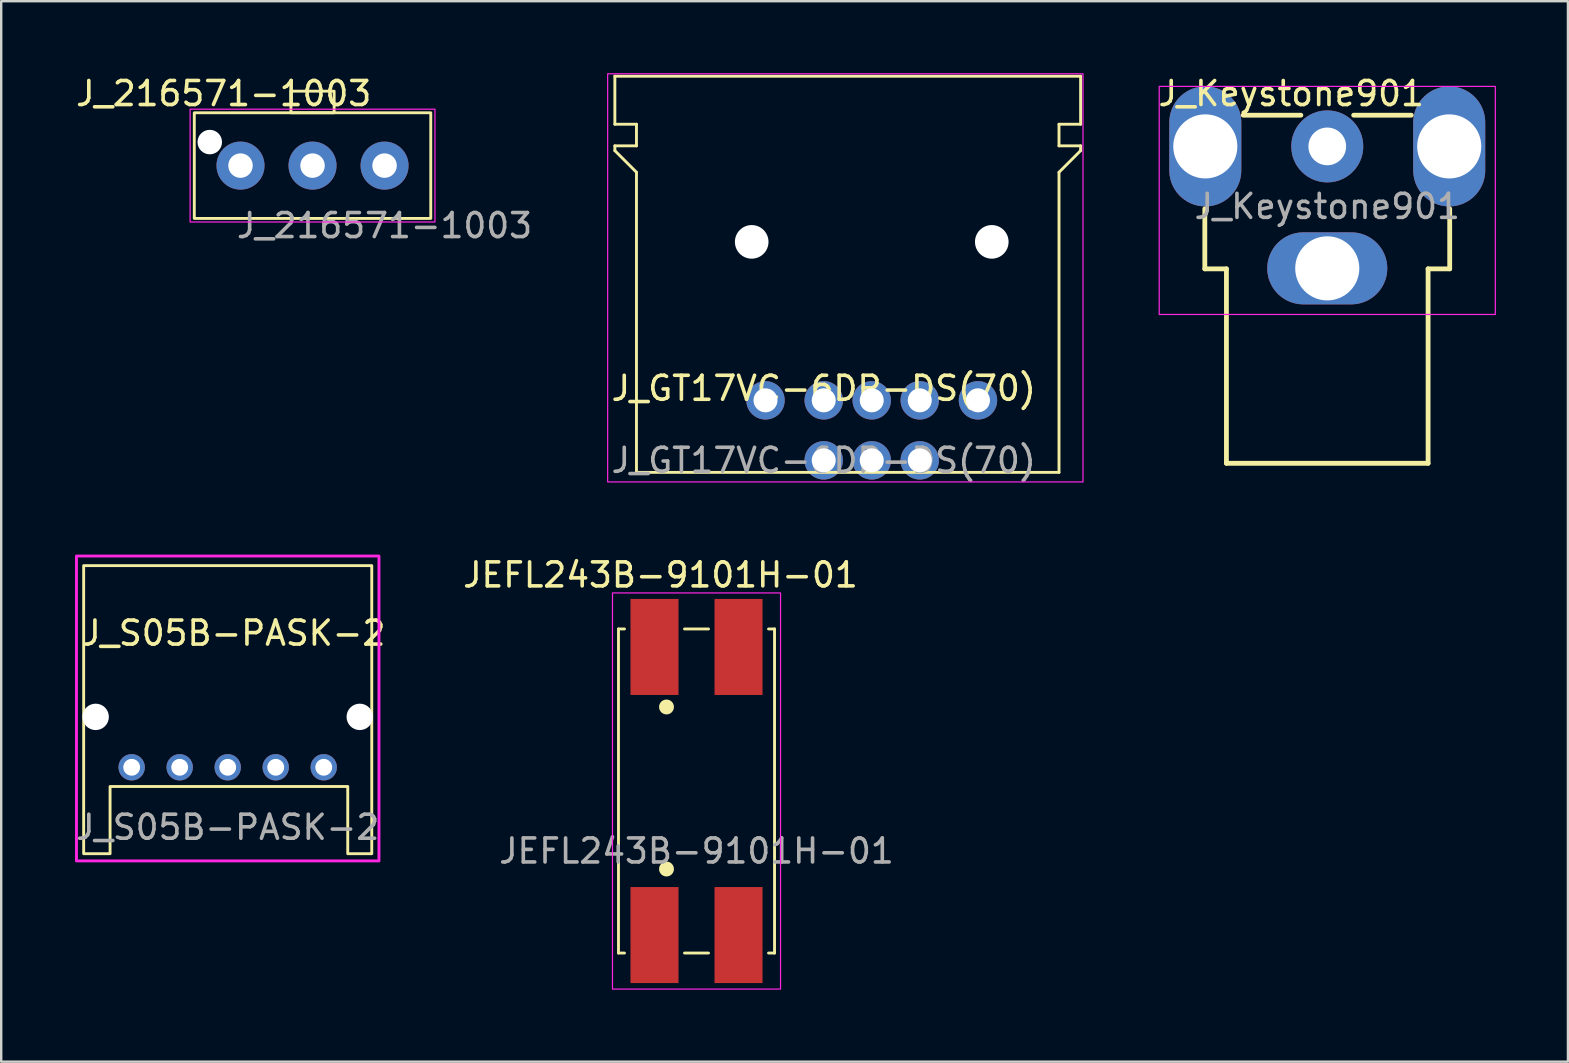
<source format=kicad_pcb>
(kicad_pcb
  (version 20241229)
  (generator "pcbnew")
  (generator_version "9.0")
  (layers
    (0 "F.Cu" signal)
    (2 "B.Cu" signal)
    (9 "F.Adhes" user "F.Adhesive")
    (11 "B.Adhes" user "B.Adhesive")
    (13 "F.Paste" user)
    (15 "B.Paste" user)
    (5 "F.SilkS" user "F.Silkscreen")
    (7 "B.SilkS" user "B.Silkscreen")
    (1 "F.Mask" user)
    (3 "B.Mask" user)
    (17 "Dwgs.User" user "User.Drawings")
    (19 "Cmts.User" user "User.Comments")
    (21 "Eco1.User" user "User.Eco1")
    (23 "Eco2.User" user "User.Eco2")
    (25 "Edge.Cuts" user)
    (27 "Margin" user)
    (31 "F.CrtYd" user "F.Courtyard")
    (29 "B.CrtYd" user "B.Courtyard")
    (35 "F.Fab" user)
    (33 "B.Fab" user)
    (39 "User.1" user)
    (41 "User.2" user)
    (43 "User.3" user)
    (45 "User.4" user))
  (footprint "J_GT17VC-6DP-DS(70)"
    (layer "F.Cu")
    (at 33.261 13.625)
    (property "Reference" "J_GT17VC-6DP-DS(70)" (at -2 -0.5 0) (unlocked yes) (layer "F.SilkS") (effects (font (size 1 1) (thickness 0.15))))
    (attr through_hole)
    (fp_line (start -10.7 -13.5) (end -10.7 -11.5) (stroke (width 0.12) (type default)) (layer "F.SilkS"))
    (fp_line (start -10.7 -13.5) (end 8.7 -13.5) (stroke (width 0.12) (type default)) (layer "F.SilkS"))
    (fp_line (start -10.7 -11.5) (end -9.8 -11.5) (stroke (width 0.12) (type default)) (layer "F.SilkS"))
    (fp_line (start -10.7 -10.6) (end -10.7 -10.4) (stroke (width 0.12) (type default)) (layer "F.SilkS"))
    (fp_line (start -10.7 -10.4) (end -9.8 -9.5) (stroke (width 0.12) (type default)) (layer "F.SilkS"))
    (fp_line (start -9.8 -11.5) (end -9.8 -10.6) (stroke (width 0.12) (type default)) (layer "F.SilkS"))
    (fp_line (start -9.8 -10.6) (end -10.7 -10.6) (stroke (width 0.12) (type default)) (layer "F.SilkS"))
    (fp_line (start -9.8 3) (end -9.8 -9.5) (stroke (width 0.12) (type default)) (layer "F.SilkS"))
    (fp_line (start -9.8 3) (end 7.8 3) (stroke (width 0.12) (type default)) (layer "F.SilkS"))
    (fp_line (start 7.8 -11.5) (end 7.8 -10.6) (stroke (width 0.12) (type default)) (layer "F.SilkS"))
    (fp_line (start 7.8 -10.6) (end 8.7 -10.6) (stroke (width 0.12) (type default)) (layer "F.SilkS"))
    (fp_line (start 7.8 3) (end 7.8 -9.5) (stroke (width 0.12) (type default)) (layer "F.SilkS"))
    (fp_line (start 8.7 -13.5) (end 8.7 -11.5) (stroke (width 0.12) (type default)) (layer "F.SilkS"))
    (fp_line (start 8.7 -11.5) (end 7.8 -11.5) (stroke (width 0.12) (type default)) (layer "F.SilkS"))
    (fp_line (start 8.7 -10.6) (end 8.7 -10.4) (stroke (width 0.12) (type default)) (layer "F.SilkS"))
    (fp_line (start 8.7 -10.4) (end 7.8 -9.5) (stroke (width 0.12) (type default)) (layer "F.SilkS"))
    (fp_rect (start -11 -13.6) (end 8.8 3.4) (stroke (width 0.05) (type default)) (fill no) (layer "F.CrtYd"))
    (fp_line (start 0 0) (end -9.8 0) (stroke (width 0.12) (type default)) (layer "User.1"))
    (fp_line (start 7.8 0) (end 0 0) (stroke (width 0.12) (type default)) (layer "User.1"))
    (fp_text user "${REFERENCE}" (at -2 2.5 0) (unlocked yes) (layer "F.Fab") (effects (font (size 1 1) (thickness 0.15))))
    (pad "" np_thru_hole circle (at -5 -6.6) (size 1.4 1.4) (drill 1.4) (layers "*.Cu" "*.Mask"))
    (pad "" np_thru_hole circle (at 5 -6.6) (size 1.4 1.4) (drill 1.4) (layers "*.Cu" "*.Mask"))
    (pad "1" thru_hole circle (at -2 0) (size 1.6 1.6) (drill 1) (layers "*.Cu" "*.Mask"))
    (pad "2" thru_hole circle (at 0 0) (size 1.6 1.6) (drill 1) (layers "*.Cu" "*.Mask"))
    (pad "3" thru_hole circle (at 2 0) (size 1.6 1.6) (drill 1) (layers "*.Cu" "*.Mask"))
    (pad "4" thru_hole circle (at -2 2.5) (size 1.6 1.6) (drill 1) (layers "*.Cu" "*.Mask"))
    (pad "5" thru_hole circle (at 0 2.5) (size 1.6 1.6) (drill 1) (layers "*.Cu" "*.Mask"))
    (pad "6" thru_hole circle (at 2 2.5) (size 1.6 1.6) (drill 1) (layers "*.Cu" "*.Mask"))
    (pad "MP" thru_hole circle (at -4.425 0) (size 1.6 1.6) (drill 1) (layers "*.Cu" "*.Mask"))
    (pad "MP" thru_hole circle (at 4.425 0) (size 1.6 1.6) (drill 1) (layers "*.Cu" "*.Mask")))
  (footprint "J_216571-1003"
    (layer "F.Cu")
    (at 12.968 3.848)
    (property "Reference" "J_216571-1003" (at -6.7 -3 0) (unlocked yes) (layer "F.SilkS") (effects (font (size 1 1) (thickness 0.15))))
    (attr through_hole)
    (fp_rect (start -7.925 -2.2) (end 1.925 2.2) (stroke (width 0.12) (type default)) (fill no) (layer "F.SilkS"))
    (fp_rect (start -3.9 -3.1) (end -2.1 -2.2) (stroke (width 0.12) (type default)) (fill no) (layer "F.SilkS"))
    (fp_rect (start -8.1 -2.35) (end 2.1 2.35) (stroke (width 0.05) (type default)) (fill no) (layer "F.CrtYd"))
    (fp_text user "${REFERENCE}" (at 0 2.5 0) (unlocked yes) (layer "F.Fab") (effects (font (size 1 1) (thickness 0.15))))
    (pad "" np_thru_hole circle (at -7.28 -0.98) (size 1.02 1.02) (drill 1.02) (layers "*.Cu" "*.Mask"))
    (pad "1" thru_hole circle (at 0 0) (size 2 2) (drill 1.02) (layers "*.Cu" "*.Mask"))
    (pad "2" thru_hole circle (at -3 0) (size 2 2) (drill 1.02) (layers "*.Cu" "*.Mask"))
    (pad "3" thru_hole circle (at -6 0) (size 2 2) (drill 1.02) (layers "*.Cu" "*.Mask")))
  (footprint "J_S05B-PASK-2"
    (layer "F.Cu")
    (at 6.435 28.91)
    (property "Reference" "J_S05B-PASK-2" (at 0.254 -5.588 0) (unlocked yes) (layer "F.SilkS") (effects (font (size 1 1) (thickness 0.15))))
    (attr through_hole)
    (fp_poly (pts (xy -6 3.6) (xy -4.9 3.6) (xy -4.9 0.8) (xy 5 0.8) (xy 5 3.6) (xy 6 3.6) (xy 6 -8.4) (xy -6 -8.4)) (stroke (width 0.12) (type solid)) (fill no) (layer "F.SilkS"))
    (fp_rect (start -6.3 -8.8) (end 6.3 3.9) (stroke (width 0.12) (type default)) (fill no) (layer "F.CrtYd"))
    (fp_text user "${REFERENCE}" (at 0 2.5 0) (unlocked yes) (layer "F.Fab") (effects (font (size 1 1) (thickness 0.15))))
    (pad "" np_thru_hole circle (at -5.5 -2.1) (size 1.1 1.1) (drill 1.1) (layers "*.Cu" "*.Mask"))
    (pad "" np_thru_hole circle (at 5.5 -2.1) (size 1.1 1.1) (drill 1.1) (layers "*.Cu" "*.Mask"))
    (pad "1" thru_hole circle (at 4 0) (size 1.1 1.1) (drill 0.7) (layers "*.Cu" "*.Mask"))
    (pad "2" thru_hole circle (at 2 0) (size 1.1 1.1) (drill 0.7) (layers "*.Cu" "*.Mask"))
    (pad "3" thru_hole circle (at 0 0) (size 1.1 1.1) (drill 0.7) (layers "*.Cu" "*.Mask"))
    (pad "4" thru_hole circle (at -2 0) (size 1.1 1.1) (drill 0.7) (layers "*.Cu" "*.Mask"))
    (pad "5" thru_hole circle (at -4 0) (size 1.1 1.1) (drill 0.7) (layers "*.Cu" "*.Mask")))
  (footprint "J_Keystone901"
    (layer "F.Cu")
    (at 52.235 3.048)
    (property "Reference" "J_Keystone901" (at -1.5 -2.2 0) (unlocked yes) (layer "F.SilkS") (effects (font (size 1 1) (thickness 0.15))))
    (attr through_hole)
    (fp_line (start -5.1 2.6) (end -5.1 5.1) (stroke (width 0.2) (type solid)) (layer "F.SilkS"))
    (fp_line (start -5.1 5.1) (end -4.2 5.1) (stroke (width 0.2) (type solid)) (layer "F.SilkS"))
    (fp_line (start -4.2 5.1) (end -4.2 13.2) (stroke (width 0.2) (type solid)) (layer "F.SilkS"))
    (fp_line (start -4.2 13.2) (end 4.2 13.2) (stroke (width 0.2) (type solid)) (layer "F.SilkS"))
    (fp_line (start -3.5 -1.3) (end -1.1 -1.3) (stroke (width 0.2) (type solid)) (layer "F.SilkS"))
    (fp_line (start 1.1 -1.3) (end 3.5 -1.3) (stroke (width 0.2) (type solid)) (layer "F.SilkS"))
    (fp_line (start 4.2 5.1) (end 5.1 5.1) (stroke (width 0.2) (type solid)) (layer "F.SilkS"))
    (fp_line (start 4.2 13.2) (end 4.2 5.1) (stroke (width 0.2) (type solid)) (layer "F.SilkS"))
    (fp_line (start 5.1 5.1) (end 5.1 2.6) (stroke (width 0.2) (type solid)) (layer "F.SilkS"))
    (fp_rect (start -7 -2.5) (end 7 7) (stroke (width 0.05) (type default)) (fill no) (layer "F.CrtYd"))
    (fp_text user "${REFERENCE}" (at 0 2.5 0) (unlocked yes) (layer "F.Fab") (effects (font (size 1 1) (thickness 0.15))))
    (pad "1" thru_hole circle (at 0 0) (size 3 3) (drill 1.57) (layers "*.Cu" "*.Mask"))
    (pad "2" thru_hole oval (at -5.08 0 90) (size 5 3) (drill 2.67) (layers "*.Cu" "*.Mask"))
    (pad "2" thru_hole oval (at 0 5.08 180) (size 5 3) (drill 2.67) (layers "*.Cu" "*.Mask"))
    (pad "2" thru_hole oval (at 5.08 0 90) (size 5 3) (drill 2.67) (layers "*.Cu" "*.Mask")))
  (footprint "JEFL243B-9101H-01"
    (layer "F.Cu")
    (at 25.962 29.898)
    (property "Reference" "JEFL243B-9101H-01" (at -1.5 -9 0) (unlocked yes) (layer "F.SilkS") (effects (font (size 1 1) (thickness 0.15))))
    (attr smd)
    (fp_line (start -3.25 -6.75) (end -3.25 6.75) (stroke (width 0.12) (type default)) (layer "F.SilkS"))
    (fp_line (start -3.25 6.75) (end -3 6.75) (stroke (width 0.12) (type default)) (layer "F.SilkS"))
    (fp_line (start -3 -6.75) (end -3.25 -6.75) (stroke (width 0.12) (type default)) (layer "F.SilkS"))
    (fp_line (start -0.5 -6.75) (end 0.5 -6.75) (stroke (width 0.12) (type default)) (layer "F.SilkS"))
    (fp_line (start -0.5 6.75) (end 0.5 6.75) (stroke (width 0.12) (type default)) (layer "F.SilkS"))
    (fp_line (start 3 6.75) (end 3.25 6.75) (stroke (width 0.12) (type default)) (layer "F.SilkS"))
    (fp_line (start 3.25 -6.75) (end 3 -6.75) (stroke (width 0.12) (type default)) (layer "F.SilkS"))
    (fp_line (start 3.25 6.75) (end 3.25 -6.75) (stroke (width 0.12) (type default)) (layer "F.SilkS"))
    (fp_circle (center -1.25 -3.5) (end -1 -3.5) (stroke (width 0.12) (type solid)) (fill yes) (layer "F.SilkS"))
    (fp_circle (center -1.25 3.25) (end -1 3.25) (stroke (width 0.12) (type solid)) (fill yes) (layer "F.SilkS"))
    (fp_rect (start -3.5 -8.25) (end 3.5 8.25) (stroke (width 0.05) (type default)) (fill no) (layer "F.CrtYd"))
    (fp_text user "${REFERENCE}" (at 0 2.5 0) (unlocked yes) (layer "F.Fab") (effects (font (size 1 1) (thickness 0.15))))
    (pad "1" smd rect (at -1.75 -6) (size 2 4) (layers "F.Cu" "F.Mask" "F.Paste"))
    (pad "2" smd rect (at 1.75 -6) (size 2 4) (layers "F.Cu" "F.Mask" "F.Paste"))
    (pad "3" smd rect (at 1.75 6 180) (size 2 4) (layers "F.Cu" "F.Mask" "F.Paste"))
    (pad "4" smd rect (at -1.75 6 180) (size 2 4) (layers "F.Cu" "F.Mask" "F.Paste")))
  (gr_rect
    (start -3 -3)
    (end 62.26 41.173)
    (stroke (width 0.1) (type default))
    (fill no)
    (layer "Edge.Cuts")))
</source>
